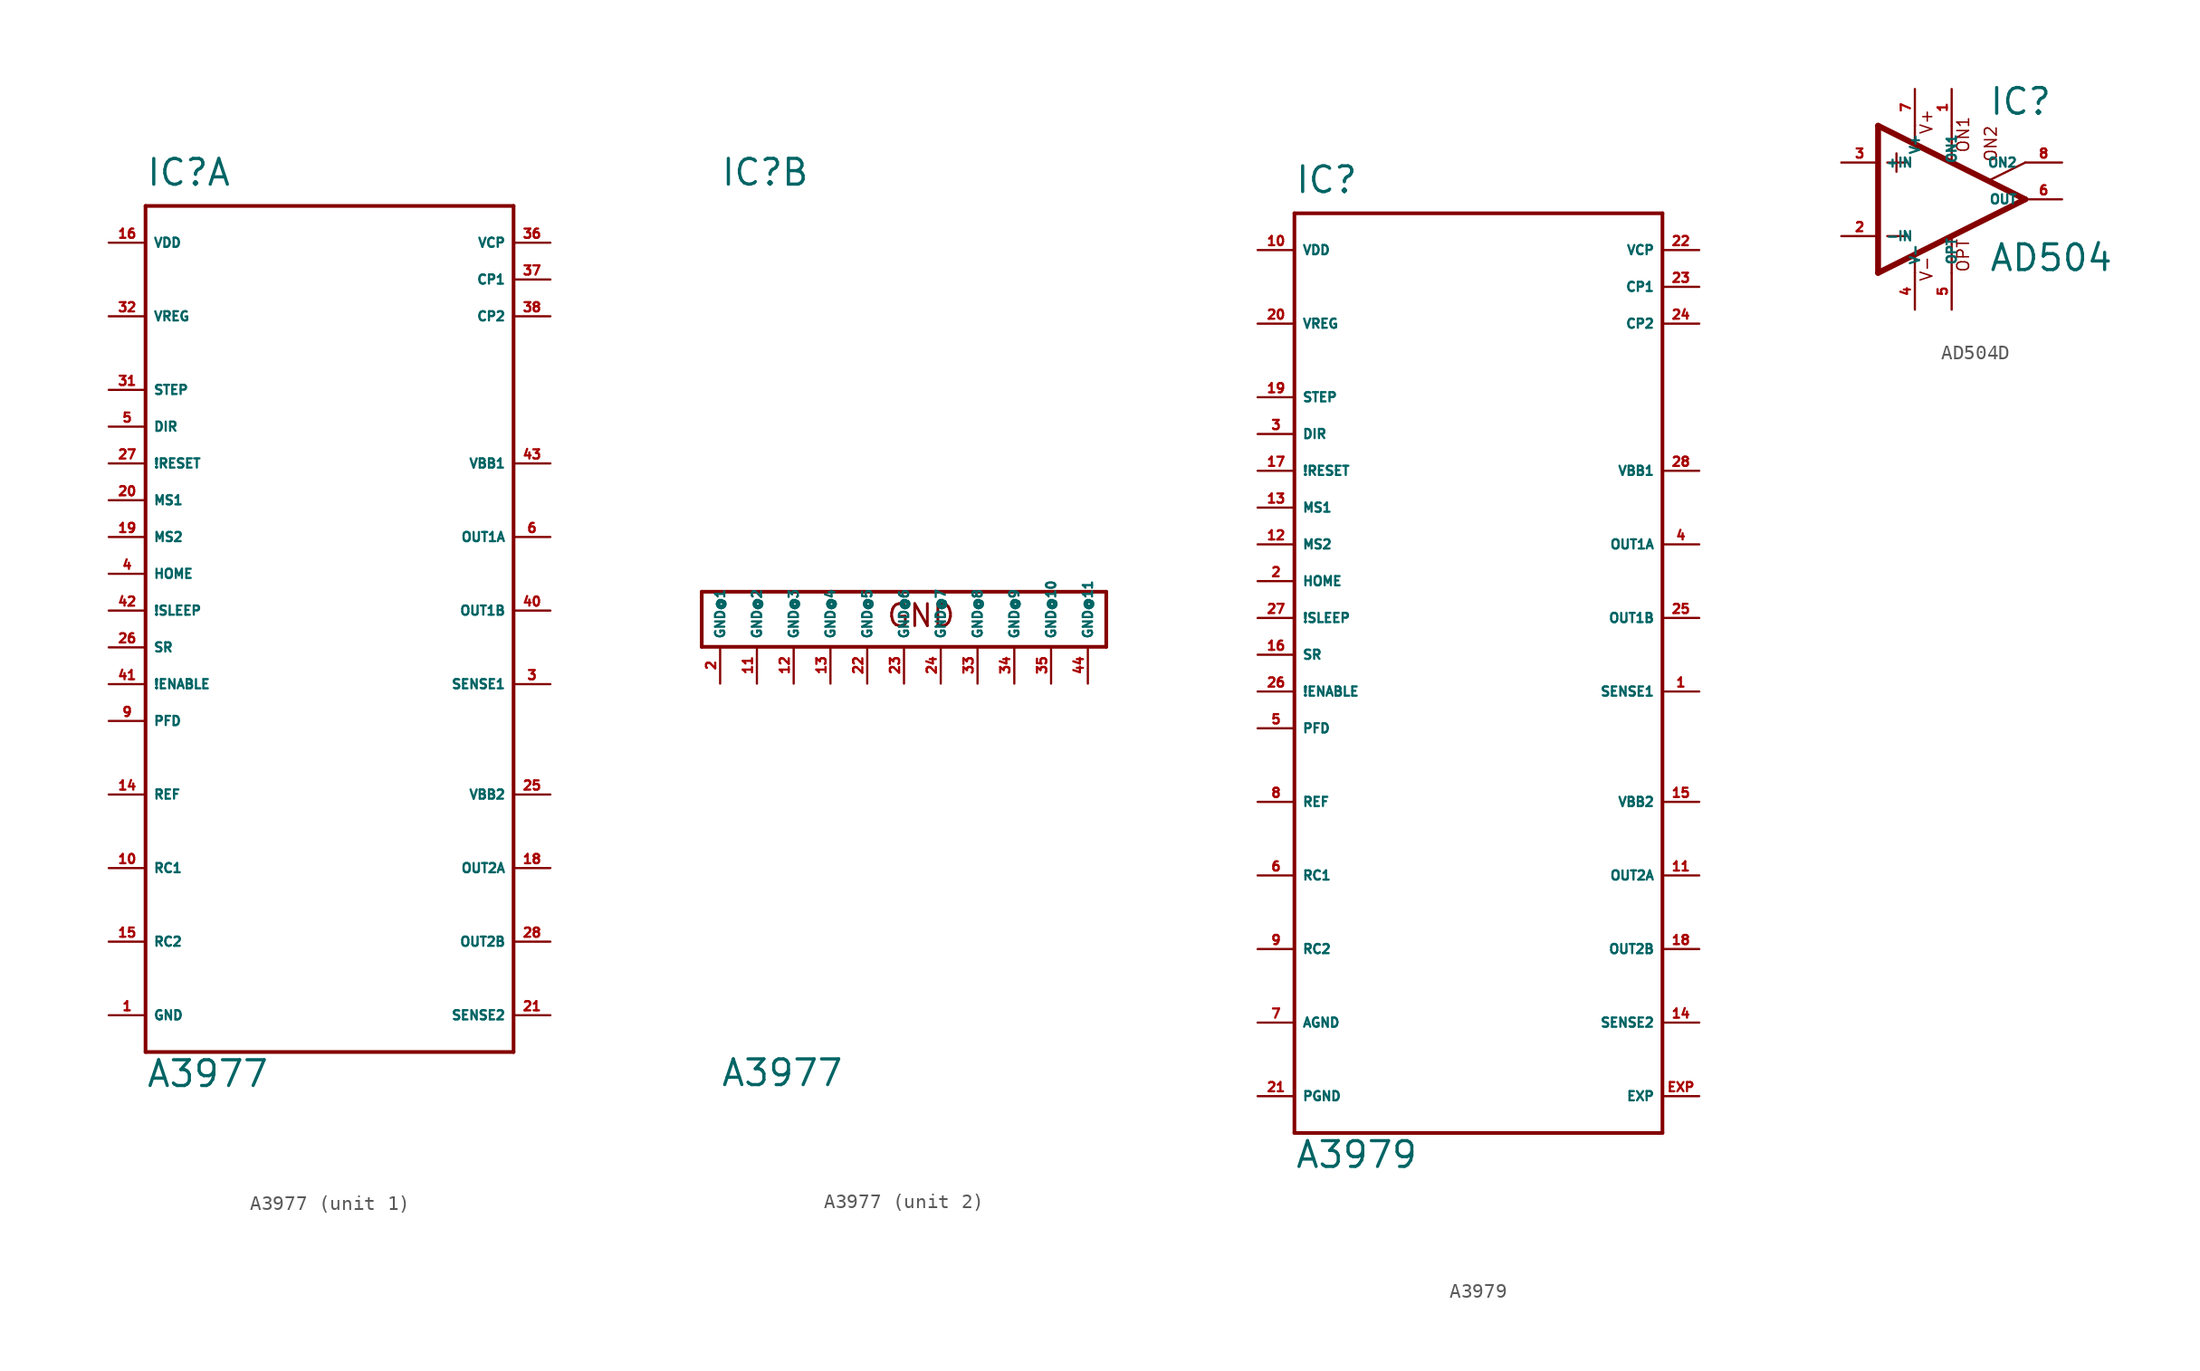
<source format=kicad_sym>
(kicad_symbol_lib
  (version 20220914)
  (generator Eagle2Kicad)
  (symbol "A3977"
    (property "Reference" "IC"
      (at -12.7 29.21 0)
      (effects (font (size 1.778 1.778) (thickness 0.22)) (justify left bottom)))
    (property "Value" "A3977"
      (at -12.7 -33.02 0)
      (effects (font (size 1.778 1.778) (thickness 0.22)) (justify left bottom)))
    (symbol "A3977_1_0"
      (polyline (pts (xy -12.7 27.94) (xy 12.7 27.94)) (stroke (width 0.254) (type default)) (fill (type none)))
      (polyline (pts (xy 12.7 27.94) (xy 12.7 -30.48)) (stroke (width 0.254) (type default)) (fill (type none)))
      (polyline (pts (xy 12.7 -30.48) (xy -12.7 -30.48)) (stroke (width 0.254) (type default)) (fill (type none)))
      (polyline (pts (xy -12.7 -30.48) (xy -12.7 27.94)) (stroke (width 0.254) (type default)) (fill (type none)))
      (pin output line (at 15.24 5.08 180) (length 2.54) (name "OUT1A" (effects (font (size 0.635 0.635) (thickness 0.08)) (justify left bottom))) (number "6" (effects (font (size 0.635 0.635) (thickness 0.08)) (justify left bottom))))
      (pin input line (at 15.24 -5.08 180) (length 2.54) (name "SENSE1" (effects (font (size 0.635 0.635) (thickness 0.08)) (justify left bottom))) (number "3" (effects (font (size 0.635 0.635) (thickness 0.08)) (justify left bottom))))
      (pin unspecified line (at -15.24 25.4 0) (length 2.54) (name "VDD" (effects (font (size 0.635 0.635) (thickness 0.08)) (justify left bottom))) (number "16" (effects (font (size 0.635 0.635) (thickness 0.08)) (justify left bottom))))
      (pin input line (at -15.24 -12.7 0) (length 2.54) (name "REF" (effects (font (size 0.635 0.635) (thickness 0.08)) (justify left bottom))) (number "14" (effects (font (size 0.635 0.635) (thickness 0.08)) (justify left bottom))))
      (pin unspecified line (at -15.24 -27.94 0) (length 2.54) (name "GND" (effects (font (size 0.635 0.635) (thickness 0.08)) (justify left bottom))) (number "1" (effects (font (size 0.635 0.635) (thickness 0.08)) (justify left bottom))))
      (pin unspecified line (at 15.24 10.16 180) (length 2.54) (name "VBB1" (effects (font (size 0.635 0.635) (thickness 0.08)) (justify left bottom))) (number "43" (effects (font (size 0.635 0.635) (thickness 0.08)) (justify left bottom))))
      (pin input line (at 15.24 -27.94 180) (length 2.54) (name "SENSE2" (effects (font (size 0.635 0.635) (thickness 0.08)) (justify left bottom))) (number "21" (effects (font (size 0.635 0.635) (thickness 0.08)) (justify left bottom))))
      (pin output line (at 15.24 -22.86 180) (length 2.54) (name "OUT2B" (effects (font (size 0.635 0.635) (thickness 0.08)) (justify left bottom))) (number "28" (effects (font (size 0.635 0.635) (thickness 0.08)) (justify left bottom))))
      (pin output line (at 15.24 -17.78 180) (length 2.54) (name "OUT2A" (effects (font (size 0.635 0.635) (thickness 0.08)) (justify left bottom))) (number "18" (effects (font (size 0.635 0.635) (thickness 0.08)) (justify left bottom))))
      (pin output line (at 15.24 0 180) (length 2.54) (name "OUT1B" (effects (font (size 0.635 0.635) (thickness 0.08)) (justify left bottom))) (number "40" (effects (font (size 0.635 0.635) (thickness 0.08)) (justify left bottom))))
      (pin passive line (at -15.24 -17.78 0) (length 2.54) (name "RC1" (effects (font (size 0.635 0.635) (thickness 0.08)) (justify left bottom))) (number "10" (effects (font (size 0.635 0.635) (thickness 0.08)) (justify left bottom))))
      (pin unspecified line (at -15.24 20.32 0) (length 2.54) (name "VREG" (effects (font (size 0.635 0.635) (thickness 0.08)) (justify left bottom))) (number "32" (effects (font (size 0.635 0.635) (thickness 0.08)) (justify left bottom))))
      (pin passive line (at 15.24 22.86 180) (length 2.54) (name "CP1" (effects (font (size 0.635 0.635) (thickness 0.08)) (justify left bottom))) (number "37" (effects (font (size 0.635 0.635) (thickness 0.08)) (justify left bottom))))
      (pin passive line (at 15.24 20.32 180) (length 2.54) (name "CP2" (effects (font (size 0.635 0.635) (thickness 0.08)) (justify left bottom))) (number "38" (effects (font (size 0.635 0.635) (thickness 0.08)) (justify left bottom))))
      (pin input line (at -15.24 15.24 0) (length 2.54) (name "STEP" (effects (font (size 0.635 0.635) (thickness 0.08)) (justify left bottom))) (number "31" (effects (font (size 0.635 0.635) (thickness 0.08)) (justify left bottom))))
      (pin input line (at -15.24 12.7 0) (length 2.54) (name "DIR" (effects (font (size 0.635 0.635) (thickness 0.08)) (justify left bottom))) (number "5" (effects (font (size 0.635 0.635) (thickness 0.08)) (justify left bottom))))
      (pin input line (at -15.24 10.16 0) (length 2.54) (name "!RESET" (effects (font (size 0.635 0.635) (thickness 0.08)) (justify left bottom))) (number "27" (effects (font (size 0.635 0.635) (thickness 0.08)) (justify left bottom))))
      (pin input line (at -15.24 7.62 0) (length 2.54) (name "MS1" (effects (font (size 0.635 0.635) (thickness 0.08)) (justify left bottom))) (number "20" (effects (font (size 0.635 0.635) (thickness 0.08)) (justify left bottom))))
      (pin input line (at -15.24 5.08 0) (length 2.54) (name "MS2" (effects (font (size 0.635 0.635) (thickness 0.08)) (justify left bottom))) (number "19" (effects (font (size 0.635 0.635) (thickness 0.08)) (justify left bottom))))
      (pin input line (at -15.24 2.54 0) (length 2.54) (name "HOME" (effects (font (size 0.635 0.635) (thickness 0.08)) (justify left bottom))) (number "4" (effects (font (size 0.635 0.635) (thickness 0.08)) (justify left bottom))))
      (pin input line (at -15.24 0 0) (length 2.54) (name "!SLEEP" (effects (font (size 0.635 0.635) (thickness 0.08)) (justify left bottom))) (number "42" (effects (font (size 0.635 0.635) (thickness 0.08)) (justify left bottom))))
      (pin input line (at -15.24 -2.54 0) (length 2.54) (name "SR" (effects (font (size 0.635 0.635) (thickness 0.08)) (justify left bottom))) (number "26" (effects (font (size 0.635 0.635) (thickness 0.08)) (justify left bottom))))
      (pin input line (at -15.24 -5.08 0) (length 2.54) (name "!ENABLE" (effects (font (size 0.635 0.635) (thickness 0.08)) (justify left bottom))) (number "41" (effects (font (size 0.635 0.635) (thickness 0.08)) (justify left bottom))))
      (pin input line (at -15.24 -7.62 0) (length 2.54) (name "PFD" (effects (font (size 0.635 0.635) (thickness 0.08)) (justify left bottom))) (number "9" (effects (font (size 0.635 0.635) (thickness 0.08)) (justify left bottom))))
      (pin passive line (at -15.24 -22.86 0) (length 2.54) (name "RC2" (effects (font (size 0.635 0.635) (thickness 0.08)) (justify left bottom))) (number "15" (effects (font (size 0.635 0.635) (thickness 0.08)) (justify left bottom))))
      (pin unspecified line (at 15.24 -12.7 180) (length 2.54) (name "VBB2" (effects (font (size 0.635 0.635) (thickness 0.08)) (justify left bottom))) (number "25" (effects (font (size 0.635 0.635) (thickness 0.08)) (justify left bottom))))
      (pin passive line (at 15.24 25.4 180) (length 2.54) (name "VCP" (effects (font (size 0.635 0.635) (thickness 0.08)) (justify left bottom))) (number "36" (effects (font (size 0.635 0.635) (thickness 0.08)) (justify left bottom)))))
    (symbol "A3977_2_0"
      (polyline (pts (xy -13.97 1.27) (xy 13.97 1.27)) (stroke (width 0.254) (type default)) (fill (type none)))
      (polyline (pts (xy 13.97 1.27) (xy 13.97 -2.54)) (stroke (width 0.254) (type default)) (fill (type none)))
      (polyline (pts (xy 13.97 -2.54) (xy -13.97 -2.54)) (stroke (width 0.254) (type default)) (fill (type none)))
      (polyline (pts (xy -13.97 -2.54) (xy -13.97 1.27)) (stroke (width 0.254) (type default)) (fill (type none)))
      (text "GND" (at -1.27 -1.27 0) (effects (font (size 1.524 1.524) (thickness 0.19)) (justify left bottom)))
      (pin unspecified line (at -12.7 -5.08 90) (length 2.54) (name "GND@1" (effects (font (size 0.635 0.635) (thickness 0.08)) (justify left bottom))) (number "2" (effects (font (size 0.635 0.635) (thickness 0.08)) (justify left bottom))))
      (pin unspecified line (at -10.16 -5.08 90) (length 2.54) (name "GND@2" (effects (font (size 0.635 0.635) (thickness 0.08)) (justify left bottom))) (number "11" (effects (font (size 0.635 0.635) (thickness 0.08)) (justify left bottom))))
      (pin unspecified line (at -7.62 -5.08 90) (length 2.54) (name "GND@3" (effects (font (size 0.635 0.635) (thickness 0.08)) (justify left bottom))) (number "12" (effects (font (size 0.635 0.635) (thickness 0.08)) (justify left bottom))))
      (pin unspecified line (at -5.08 -5.08 90) (length 2.54) (name "GND@4" (effects (font (size 0.635 0.635) (thickness 0.08)) (justify left bottom))) (number "13" (effects (font (size 0.635 0.635) (thickness 0.08)) (justify left bottom))))
      (pin unspecified line (at -2.54 -5.08 90) (length 2.54) (name "GND@5" (effects (font (size 0.635 0.635) (thickness 0.08)) (justify left bottom))) (number "22" (effects (font (size 0.635 0.635) (thickness 0.08)) (justify left bottom))))
      (pin unspecified line (at 0 -5.08 90) (length 2.54) (name "GND@6" (effects (font (size 0.635 0.635) (thickness 0.08)) (justify left bottom))) (number "23" (effects (font (size 0.635 0.635) (thickness 0.08)) (justify left bottom))))
      (pin unspecified line (at 2.54 -5.08 90) (length 2.54) (name "GND@7" (effects (font (size 0.635 0.635) (thickness 0.08)) (justify left bottom))) (number "24" (effects (font (size 0.635 0.635) (thickness 0.08)) (justify left bottom))))
      (pin unspecified line (at 5.08 -5.08 90) (length 2.54) (name "GND@8" (effects (font (size 0.635 0.635) (thickness 0.08)) (justify left bottom))) (number "33" (effects (font (size 0.635 0.635) (thickness 0.08)) (justify left bottom))))
      (pin unspecified line (at 7.62 -5.08 90) (length 2.54) (name "GND@9" (effects (font (size 0.635 0.635) (thickness 0.08)) (justify left bottom))) (number "34" (effects (font (size 0.635 0.635) (thickness 0.08)) (justify left bottom))))
      (pin unspecified line (at 10.16 -5.08 90) (length 2.54) (name "GND@10" (effects (font (size 0.635 0.635) (thickness 0.08)) (justify left bottom))) (number "35" (effects (font (size 0.635 0.635) (thickness 0.08)) (justify left bottom))))
      (pin unspecified line (at 12.7 -5.08 90) (length 2.54) (name "GND@11" (effects (font (size 0.635 0.635) (thickness 0.08)) (justify left bottom))) (number "44" (effects (font (size 0.635 0.635) (thickness 0.08)) (justify left bottom))))))
  (symbol "A3979"
    (property "Reference" "IC"
      (at -12.7 29.21 0)
      (effects (font (size 1.778 1.778) (thickness 0.22)) (justify left bottom)))
    (property "Value" "A3979"
      (at -12.7 -38.1 0)
      (effects (font (size 1.778 1.778) (thickness 0.22)) (justify left bottom)))
    (polyline
      (pts (xy -12.7 27.94) (xy 12.7 27.94))
      (stroke (width 0.254) (type default))
      (fill (type none)))
    (polyline
      (pts (xy 12.7 27.94) (xy 12.7 -35.56))
      (stroke (width 0.254) (type default))
      (fill (type none)))
    (polyline
      (pts (xy 12.7 -35.56) (xy -12.7 -35.56))
      (stroke (width 0.254) (type default))
      (fill (type none)))
    (polyline
      (pts (xy -12.7 -35.56) (xy -12.7 27.94))
      (stroke (width 0.254) (type default))
      (fill (type none)))
    (pin output line
      (at 15.24 5.08 180)
      (length 2.54)
      (name "OUT1A" (effects (font (size 0.635 0.635) (thickness 0.08)) (justify left bottom)))
      (number "4" (effects (font (size 0.635 0.635) (thickness 0.08)) (justify left bottom))))
    (pin input line
      (at 15.24 -5.08 180)
      (length 2.54)
      (name "SENSE1" (effects (font (size 0.635 0.635) (thickness 0.08)) (justify left bottom)))
      (number "1" (effects (font (size 0.635 0.635) (thickness 0.08)) (justify left bottom))))
    (pin unspecified line
      (at -15.24 25.4 0)
      (length 2.54)
      (name "VDD" (effects (font (size 0.635 0.635) (thickness 0.08)) (justify left bottom)))
      (number "10" (effects (font (size 0.635 0.635) (thickness 0.08)) (justify left bottom))))
    (pin input line
      (at -15.24 -12.7 0)
      (length 2.54)
      (name "REF" (effects (font (size 0.635 0.635) (thickness 0.08)) (justify left bottom)))
      (number "8" (effects (font (size 0.635 0.635) (thickness 0.08)) (justify left bottom))))
    (pin unspecified line
      (at -15.24 -33.02 0)
      (length 2.54)
      (name "PGND" (effects (font (size 0.635 0.635) (thickness 0.08)) (justify left bottom)))
      (number "21" (effects (font (size 0.635 0.635) (thickness 0.08)) (justify left bottom))))
    (pin unspecified line
      (at 15.24 10.16 180)
      (length 2.54)
      (name "VBB1" (effects (font (size 0.635 0.635) (thickness 0.08)) (justify left bottom)))
      (number "28" (effects (font (size 0.635 0.635) (thickness 0.08)) (justify left bottom))))
    (pin input line
      (at 15.24 -27.94 180)
      (length 2.54)
      (name "SENSE2" (effects (font (size 0.635 0.635) (thickness 0.08)) (justify left bottom)))
      (number "14" (effects (font (size 0.635 0.635) (thickness 0.08)) (justify left bottom))))
    (pin output line
      (at 15.24 -22.86 180)
      (length 2.54)
      (name "OUT2B" (effects (font (size 0.635 0.635) (thickness 0.08)) (justify left bottom)))
      (number "18" (effects (font (size 0.635 0.635) (thickness 0.08)) (justify left bottom))))
    (pin output line
      (at 15.24 -17.78 180)
      (length 2.54)
      (name "OUT2A" (effects (font (size 0.635 0.635) (thickness 0.08)) (justify left bottom)))
      (number "11" (effects (font (size 0.635 0.635) (thickness 0.08)) (justify left bottom))))
    (pin output line
      (at 15.24 0 180)
      (length 2.54)
      (name "OUT1B" (effects (font (size 0.635 0.635) (thickness 0.08)) (justify left bottom)))
      (number "25" (effects (font (size 0.635 0.635) (thickness 0.08)) (justify left bottom))))
    (pin passive line
      (at -15.24 -17.78 0)
      (length 2.54)
      (name "RC1" (effects (font (size 0.635 0.635) (thickness 0.08)) (justify left bottom)))
      (number "6" (effects (font (size 0.635 0.635) (thickness 0.08)) (justify left bottom))))
    (pin unspecified line
      (at -15.24 20.32 0)
      (length 2.54)
      (name "VREG" (effects (font (size 0.635 0.635) (thickness 0.08)) (justify left bottom)))
      (number "20" (effects (font (size 0.635 0.635) (thickness 0.08)) (justify left bottom))))
    (pin passive line
      (at 15.24 22.86 180)
      (length 2.54)
      (name "CP1" (effects (font (size 0.635 0.635) (thickness 0.08)) (justify left bottom)))
      (number "23" (effects (font (size 0.635 0.635) (thickness 0.08)) (justify left bottom))))
    (pin passive line
      (at 15.24 20.32 180)
      (length 2.54)
      (name "CP2" (effects (font (size 0.635 0.635) (thickness 0.08)) (justify left bottom)))
      (number "24" (effects (font (size 0.635 0.635) (thickness 0.08)) (justify left bottom))))
    (pin input line
      (at -15.24 15.24 0)
      (length 2.54)
      (name "STEP" (effects (font (size 0.635 0.635) (thickness 0.08)) (justify left bottom)))
      (number "19" (effects (font (size 0.635 0.635) (thickness 0.08)) (justify left bottom))))
    (pin input line
      (at -15.24 12.7 0)
      (length 2.54)
      (name "DIR" (effects (font (size 0.635 0.635) (thickness 0.08)) (justify left bottom)))
      (number "3" (effects (font (size 0.635 0.635) (thickness 0.08)) (justify left bottom))))
    (pin input line
      (at -15.24 10.16 0)
      (length 2.54)
      (name "!RESET" (effects (font (size 0.635 0.635) (thickness 0.08)) (justify left bottom)))
      (number "17" (effects (font (size 0.635 0.635) (thickness 0.08)) (justify left bottom))))
    (pin input line
      (at -15.24 7.62 0)
      (length 2.54)
      (name "MS1" (effects (font (size 0.635 0.635) (thickness 0.08)) (justify left bottom)))
      (number "13" (effects (font (size 0.635 0.635) (thickness 0.08)) (justify left bottom))))
    (pin input line
      (at -15.24 5.08 0)
      (length 2.54)
      (name "MS2" (effects (font (size 0.635 0.635) (thickness 0.08)) (justify left bottom)))
      (number "12" (effects (font (size 0.635 0.635) (thickness 0.08)) (justify left bottom))))
    (pin input line
      (at -15.24 2.54 0)
      (length 2.54)
      (name "HOME" (effects (font (size 0.635 0.635) (thickness 0.08)) (justify left bottom)))
      (number "2" (effects (font (size 0.635 0.635) (thickness 0.08)) (justify left bottom))))
    (pin input line
      (at -15.24 0 0)
      (length 2.54)
      (name "!SLEEP" (effects (font (size 0.635 0.635) (thickness 0.08)) (justify left bottom)))
      (number "27" (effects (font (size 0.635 0.635) (thickness 0.08)) (justify left bottom))))
    (pin input line
      (at -15.24 -2.54 0)
      (length 2.54)
      (name "SR" (effects (font (size 0.635 0.635) (thickness 0.08)) (justify left bottom)))
      (number "16" (effects (font (size 0.635 0.635) (thickness 0.08)) (justify left bottom))))
    (pin input line
      (at -15.24 -5.08 0)
      (length 2.54)
      (name "!ENABLE" (effects (font (size 0.635 0.635) (thickness 0.08)) (justify left bottom)))
      (number "26" (effects (font (size 0.635 0.635) (thickness 0.08)) (justify left bottom))))
    (pin input line
      (at -15.24 -7.62 0)
      (length 2.54)
      (name "PFD" (effects (font (size 0.635 0.635) (thickness 0.08)) (justify left bottom)))
      (number "5" (effects (font (size 0.635 0.635) (thickness 0.08)) (justify left bottom))))
    (pin passive line
      (at -15.24 -22.86 0)
      (length 2.54)
      (name "RC2" (effects (font (size 0.635 0.635) (thickness 0.08)) (justify left bottom)))
      (number "9" (effects (font (size 0.635 0.635) (thickness 0.08)) (justify left bottom))))
    (pin unspecified line
      (at 15.24 -12.7 180)
      (length 2.54)
      (name "VBB2" (effects (font (size 0.635 0.635) (thickness 0.08)) (justify left bottom)))
      (number "15" (effects (font (size 0.635 0.635) (thickness 0.08)) (justify left bottom))))
    (pin passive line
      (at 15.24 25.4 180)
      (length 2.54)
      (name "VCP" (effects (font (size 0.635 0.635) (thickness 0.08)) (justify left bottom)))
      (number "22" (effects (font (size 0.635 0.635) (thickness 0.08)) (justify left bottom))))
    (pin unspecified line
      (at -15.24 -27.94 0)
      (length 2.54)
      (name "AGND" (effects (font (size 0.635 0.635) (thickness 0.08)) (justify left bottom)))
      (number "7" (effects (font (size 0.635 0.635) (thickness 0.08)) (justify left bottom))))
    (pin unspecified line
      (at 15.24 -33.02 180)
      (length 2.54)
      (name "EXP" (effects (font (size 0.635 0.635) (thickness 0.08)) (justify left bottom)))
      (number "EXP" (effects (font (size 0.635 0.635) (thickness 0.08)) (justify left bottom)))))
  (symbol "AD504D"
    (property "Reference" "IC"
      (at 2.54 5.715 0)
      (effects (font (size 1.778 1.778) (thickness 0.22)) (justify left bottom)))
    (property "Value" "AD504"
      (at 2.54 -5.08 0)
      (effects (font (size 1.778 1.778) (thickness 0.22)) (justify left bottom)))
    (polyline
      (pts (xy -3.81 3.175) (xy -3.81 1.905))
      (stroke (width 0.152) (type default))
      (fill (type none)))
    (polyline
      (pts (xy -4.445 2.54) (xy -3.175 2.54))
      (stroke (width 0.152) (type default))
      (fill (type none)))
    (polyline
      (pts (xy -4.445 -2.54) (xy -3.175 -2.54))
      (stroke (width 0.152) (type default))
      (fill (type none)))
    (polyline
      (pts (xy -2.54 5.08) (xy -2.54 3.886))
      (stroke (width 0.152) (type default))
      (fill (type none)))
    (polyline
      (pts (xy 0 5.055) (xy 0 2.616))
      (stroke (width 0.152) (type default))
      (fill (type none)))
    (polyline
      (pts (xy 0 -2.616) (xy 0 -5.08))
      (stroke (width 0.152) (type default))
      (fill (type none)))
    (polyline
      (pts (xy -2.54 -3.912) (xy -2.54 -5.08))
      (stroke (width 0.152) (type default))
      (fill (type none)))
    (polyline
      (pts (xy 5.08 2.54) (xy 2.616 1.321))
      (stroke (width 0.152) (type default))
      (fill (type none)))
    (polyline
      (pts (xy 5.08 0) (xy -5.08 5.08))
      (stroke (width 0.406) (type default))
      (fill (type none)))
    (polyline
      (pts (xy -5.08 5.08) (xy -5.08 -5.08))
      (stroke (width 0.406) (type default))
      (fill (type none)))
    (polyline
      (pts (xy -5.08 -5.08) (xy 5.08 0))
      (stroke (width 0.406) (type default))
      (fill (type none)))
    (text "ON1"
      (at 1.27 3.175 900)
      (effects (font (size 0.813 0.813) (thickness 0.10)) (justify left bottom)))
    (text "ON2"
      (at 3.175 2.54 900)
      (effects (font (size 0.813 0.813) (thickness 0.10)) (justify left bottom)))
    (text "OPT"
      (at 1.27 -5.08 900)
      (effects (font (size 0.813 0.813) (thickness 0.10)) (justify left bottom)))
    (text "V+"
      (at -1.27 4.445 900)
      (effects (font (size 0.813 0.813) (thickness 0.10)) (justify left bottom)))
    (text "V-"
      (at -1.27 -5.715 900)
      (effects (font (size 0.813 0.813) (thickness 0.10)) (justify left bottom)))
    (pin passive line
      (at 7.62 2.54 180)
      (length 2.54)
      (name "ON2" (effects (font (size 0.635 0.635) (thickness 0.08)) (justify left bottom)))
      (number "8" (effects (font (size 0.635 0.635) (thickness 0.08)) (justify left bottom))))
    (pin passive line
      (at 0 7.62 270)
      (length 2.54)
      (name "ON1" (effects (font (size 0.635 0.635) (thickness 0.08)) (justify left bottom)))
      (number "1" (effects (font (size 0.635 0.635) (thickness 0.08)) (justify left bottom))))
    (pin input line
      (at -7.62 -2.54 0)
      (length 2.54)
      (name "-IN" (effects (font (size 0.635 0.635) (thickness 0.08)) (justify left bottom)))
      (number "2" (effects (font (size 0.635 0.635) (thickness 0.08)) (justify left bottom))))
    (pin input line
      (at -7.62 2.54 0)
      (length 2.54)
      (name "+IN" (effects (font (size 0.635 0.635) (thickness 0.08)) (justify left bottom)))
      (number "3" (effects (font (size 0.635 0.635) (thickness 0.08)) (justify left bottom))))
    (pin output line
      (at 7.62 0 180)
      (length 2.54)
      (name "OUT" (effects (font (size 0.635 0.635) (thickness 0.08)) (justify left bottom)))
      (number "6" (effects (font (size 0.635 0.635) (thickness 0.08)) (justify left bottom))))
    (pin passive line
      (at 0 -7.62 90)
      (length 2.54)
      (name "OPT" (effects (font (size 0.635 0.635) (thickness 0.08)) (justify left bottom)))
      (number "5" (effects (font (size 0.635 0.635) (thickness 0.08)) (justify left bottom))))
    (pin unspecified line
      (at -2.54 7.62 270)
      (length 2.54)
      (name "V+" (effects (font (size 0.635 0.635) (thickness 0.08)) (justify left bottom)))
      (number "7" (effects (font (size 0.635 0.635) (thickness 0.08)) (justify left bottom))))
    (pin unspecified line
      (at -2.54 -7.62 90)
      (length 2.54)
      (name "V-" (effects (font (size 0.635 0.635) (thickness 0.08)) (justify left bottom)))
      (number "4" (effects (font (size 0.635 0.635) (thickness 0.08)) (justify left bottom))))))
</source>
